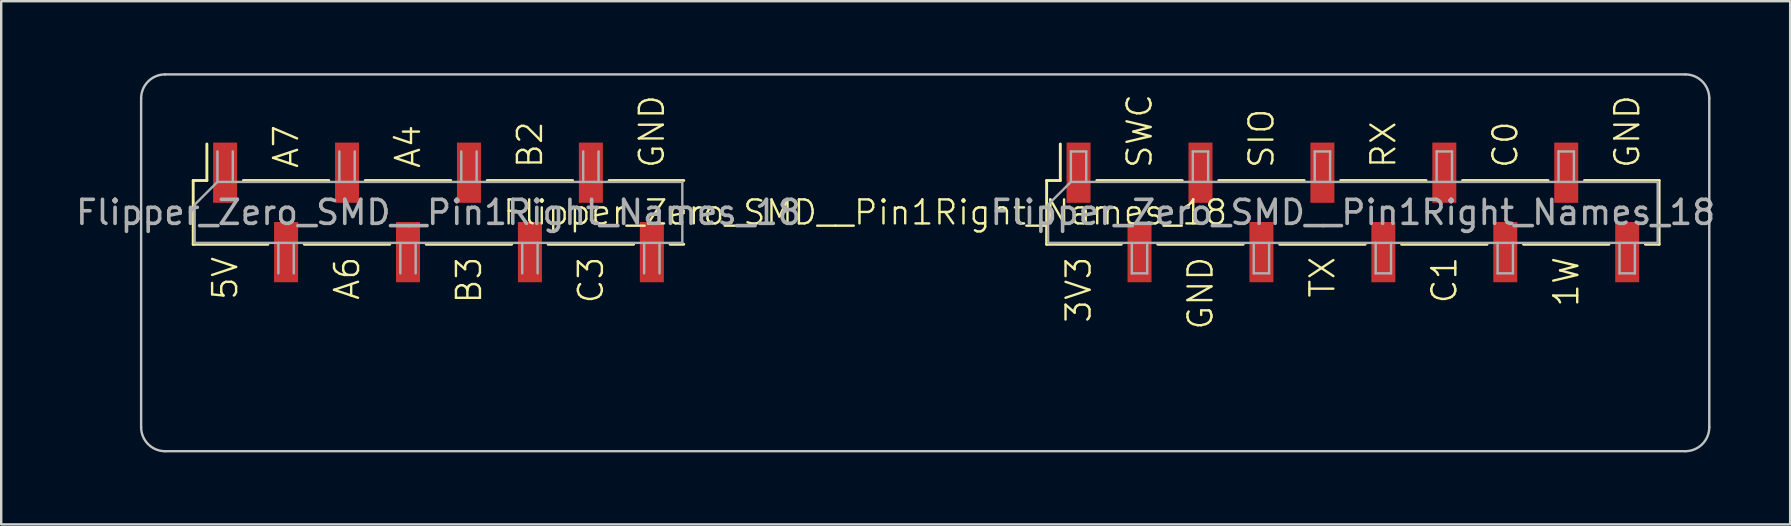
<source format=kicad_pcb>
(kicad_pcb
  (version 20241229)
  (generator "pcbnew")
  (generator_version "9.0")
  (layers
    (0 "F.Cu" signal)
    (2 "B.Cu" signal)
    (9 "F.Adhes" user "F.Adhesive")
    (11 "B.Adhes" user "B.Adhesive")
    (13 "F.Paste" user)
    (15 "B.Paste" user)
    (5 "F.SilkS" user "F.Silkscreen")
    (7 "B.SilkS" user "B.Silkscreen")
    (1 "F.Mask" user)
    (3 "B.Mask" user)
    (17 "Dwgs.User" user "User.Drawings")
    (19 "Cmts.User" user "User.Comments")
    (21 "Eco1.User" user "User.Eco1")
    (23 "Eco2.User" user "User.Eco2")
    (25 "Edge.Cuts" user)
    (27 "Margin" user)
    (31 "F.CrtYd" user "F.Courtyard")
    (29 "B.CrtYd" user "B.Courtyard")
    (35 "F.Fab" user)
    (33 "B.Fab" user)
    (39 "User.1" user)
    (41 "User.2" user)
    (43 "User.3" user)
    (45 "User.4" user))
  (footprint "Flipper_Zero_SMD__Pin1Right_Names_18"
    (layer "F.Cu")
    (at 6.33 5.8)
    (property "Reference" "Flipper_Zero_SMD__Pin1Right_Names_18" (at 26.67 0 0) (unlocked yes) (layer "F.SilkS") (effects (font (size 1 1) (thickness 0.1))))
    (attr smd)
    (fp_line (start -1.33 -1.33) (end -0.76 -1.33) (stroke (width 0.12) (type solid)) (layer "F.SilkS"))
    (fp_line (start -1.33 1.33) (end -1.33 -1.33) (stroke (width 0.12) (type solid)) (layer "F.SilkS"))
    (fp_line (start -1.33 1.33) (end 1.78 1.33) (stroke (width 0.12) (type solid)) (layer "F.SilkS"))
    (fp_line (start -0.76 -1.33) (end -0.76 -2.85) (stroke (width 0.12) (type solid)) (layer "F.SilkS"))
    (fp_line (start 0.76 -1.33) (end 4.32 -1.33) (stroke (width 0.12) (type solid)) (layer "F.SilkS"))
    (fp_line (start 3.3 1.33) (end 6.86 1.33) (stroke (width 0.12) (type solid)) (layer "F.SilkS"))
    (fp_line (start 5.84 -1.33) (end 9.4 -1.33) (stroke (width 0.12) (type solid)) (layer "F.SilkS"))
    (fp_line (start 8.38 1.33) (end 11.94 1.33) (stroke (width 0.12) (type solid)) (layer "F.SilkS"))
    (fp_line (start 10.92 -1.33) (end 14.48 -1.33) (stroke (width 0.12) (type solid)) (layer "F.SilkS"))
    (fp_line (start 13.46 1.33) (end 17.02 1.33) (stroke (width 0.12) (type solid)) (layer "F.SilkS"))
    (fp_line (start 16 -1.33) (end 19.11 -1.33) (stroke (width 0.12) (type solid)) (layer "F.SilkS"))
    (fp_line (start 18.54 1.33) (end 19.11 1.33) (stroke (width 0.12) (type solid)) (layer "F.SilkS"))
    (fp_line (start 34.23 -1.33) (end 34.8 -1.33) (stroke (width 0.12) (type solid)) (layer "F.SilkS"))
    (fp_line (start 34.23 1.33) (end 34.23 -1.33) (stroke (width 0.12) (type solid)) (layer "F.SilkS"))
    (fp_line (start 34.23 1.33) (end 37.34 1.33) (stroke (width 0.12) (type solid)) (layer "F.SilkS"))
    (fp_line (start 34.8 -1.33) (end 34.8 -2.85) (stroke (width 0.12) (type solid)) (layer "F.SilkS"))
    (fp_line (start 36.32 -1.33) (end 39.88 -1.33) (stroke (width 0.12) (type solid)) (layer "F.SilkS"))
    (fp_line (start 38.86 1.33) (end 42.42 1.33) (stroke (width 0.12) (type solid)) (layer "F.SilkS"))
    (fp_line (start 41.4 -1.33) (end 44.96 -1.33) (stroke (width 0.12) (type solid)) (layer "F.SilkS"))
    (fp_line (start 43.94 1.33) (end 47.5 1.33) (stroke (width 0.12) (type solid)) (layer "F.SilkS"))
    (fp_line (start 46.48 -1.33) (end 50.04 -1.33) (stroke (width 0.12) (type solid)) (layer "F.SilkS"))
    (fp_line (start 49.02 1.33) (end 52.58 1.33) (stroke (width 0.12) (type solid)) (layer "F.SilkS"))
    (fp_line (start 51.56 -1.33) (end 55.12 -1.33) (stroke (width 0.12) (type solid)) (layer "F.SilkS"))
    (fp_line (start 54.1 1.33) (end 57.66 1.33) (stroke (width 0.12) (type solid)) (layer "F.SilkS"))
    (fp_line (start 56.64 -1.33) (end 59.75 -1.33) (stroke (width 0.12) (type solid)) (layer "F.SilkS"))
    (fp_line (start 59.18 1.33) (end 59.75 1.33) (stroke (width 0.12) (type solid)) (layer "F.SilkS"))
    (fp_line (start 59.75 1.33) (end 59.75 -1.33) (stroke (width 0.12) (type solid)) (layer "F.SilkS"))
    (fp_line (start -3.5 8.95) (end -3.5 -4.75) (stroke (width 0.1) (type default)) (layer "Dwgs.User"))
    (fp_line (start -2.5 -5.75) (end 60.84 -5.75) (stroke (width 0.1) (type default)) (layer "Dwgs.User"))
    (fp_line (start -2.5 9.95) (end 60.84 9.95) (stroke (width 0.1) (type default)) (layer "Dwgs.User"))
    (fp_line (start 61.84 8.95) (end 61.84 -4.75) (stroke (width 0.1) (type default)) (layer "Dwgs.User"))
    (fp_arc (start -3.5 -4.75) (mid -3.207107 -5.457106) (end -2.5 -5.75) (stroke (width 0.1) (type default)) (layer "Dwgs.User"))
    (fp_arc (start -2.5 9.95) (mid -3.207106 9.657107) (end -3.5 8.95) (stroke (width 0.1) (type default)) (layer "Dwgs.User"))
    (fp_arc (start 60.84 -5.75) (mid 61.547106 -5.457107) (end 61.84 -4.75) (stroke (width 0.1) (type default)) (layer "Dwgs.User"))
    (fp_arc (start 61.84 8.95) (mid 61.547107 9.657106) (end 60.84 9.95) (stroke (width 0.1) (type default)) (layer "Dwgs.User"))
    (fp_line (start -1.27 1.27) (end -1.27 -0.32) (stroke (width 0.1) (type solid)) (layer "F.Fab"))
    (fp_line (start -1.27 1.27) (end 19.05 1.27) (stroke (width 0.1) (type solid)) (layer "F.Fab"))
    (fp_line (start -0.32 -1.27) (end -1.27 -0.32) (stroke (width 0.1) (type solid)) (layer "F.Fab"))
    (fp_line (start -0.32 -1.27) (end -0.32 -2.54) (stroke (width 0.1) (type solid)) (layer "F.Fab"))
    (fp_line (start 0.32 -2.54) (end 0.32 -1.27) (stroke (width 0.1) (type solid)) (layer "F.Fab"))
    (fp_line (start 2.22 1.27) (end 2.22 2.54) (stroke (width 0.1) (type solid)) (layer "F.Fab"))
    (fp_line (start 2.86 2.54) (end 2.86 1.27) (stroke (width 0.1) (type solid)) (layer "F.Fab"))
    (fp_line (start 4.76 -1.27) (end 4.76 -2.54) (stroke (width 0.1) (type solid)) (layer "F.Fab"))
    (fp_line (start 5.4 -2.54) (end 5.4 -1.27) (stroke (width 0.1) (type solid)) (layer "F.Fab"))
    (fp_line (start 7.3 1.27) (end 7.3 2.54) (stroke (width 0.1) (type solid)) (layer "F.Fab"))
    (fp_line (start 7.94 2.54) (end 7.94 1.27) (stroke (width 0.1) (type solid)) (layer "F.Fab"))
    (fp_line (start 9.84 -1.27) (end 9.84 -2.54) (stroke (width 0.1) (type solid)) (layer "F.Fab"))
    (fp_line (start 10.48 -2.54) (end 10.48 -1.27) (stroke (width 0.1) (type solid)) (layer "F.Fab"))
    (fp_line (start 12.38 1.27) (end 12.38 2.54) (stroke (width 0.1) (type solid)) (layer "F.Fab"))
    (fp_line (start 13.02 2.54) (end 13.02 1.27) (stroke (width 0.1) (type solid)) (layer "F.Fab"))
    (fp_line (start 14.92 -1.27) (end 14.92 -2.54) (stroke (width 0.1) (type solid)) (layer "F.Fab"))
    (fp_line (start 15.56 -2.54) (end 15.56 -1.27) (stroke (width 0.1) (type solid)) (layer "F.Fab"))
    (fp_line (start 17.46 1.27) (end 17.46 2.54) (stroke (width 0.1) (type solid)) (layer "F.Fab"))
    (fp_line (start 18.1 2.54) (end 18.1 1.27) (stroke (width 0.1) (type solid)) (layer "F.Fab"))
    (fp_line (start 19.05 -1.27) (end -0.32 -1.27) (stroke (width 0.1) (type solid)) (layer "F.Fab"))
    (fp_line (start 19.05 -1.27) (end 19.05 1.27) (stroke (width 0.1) (type solid)) (layer "F.Fab"))
    (fp_line (start 34.29 1.27) (end 34.29 -0.32) (stroke (width 0.1) (type solid)) (layer "F.Fab"))
    (fp_line (start 34.29 1.27) (end 59.69 1.27) (stroke (width 0.1) (type solid)) (layer "F.Fab"))
    (fp_line (start 35.24 -2.54) (end 35.88 -2.54) (stroke (width 0.1) (type solid)) (layer "F.Fab"))
    (fp_line (start 35.24 -1.27) (end 34.29 -0.32) (stroke (width 0.1) (type solid)) (layer "F.Fab"))
    (fp_line (start 35.24 -1.27) (end 35.24 -2.54) (stroke (width 0.1) (type solid)) (layer "F.Fab"))
    (fp_line (start 35.88 -2.54) (end 35.88 -1.27) (stroke (width 0.1) (type solid)) (layer "F.Fab"))
    (fp_line (start 37.78 1.27) (end 37.78 2.54) (stroke (width 0.1) (type solid)) (layer "F.Fab"))
    (fp_line (start 37.78 2.54) (end 38.42 2.54) (stroke (width 0.1) (type solid)) (layer "F.Fab"))
    (fp_line (start 38.42 2.54) (end 38.42 1.27) (stroke (width 0.1) (type solid)) (layer "F.Fab"))
    (fp_line (start 40.32 -2.54) (end 40.96 -2.54) (stroke (width 0.1) (type solid)) (layer "F.Fab"))
    (fp_line (start 40.32 -1.27) (end 40.32 -2.54) (stroke (width 0.1) (type solid)) (layer "F.Fab"))
    (fp_line (start 40.96 -2.54) (end 40.96 -1.27) (stroke (width 0.1) (type solid)) (layer "F.Fab"))
    (fp_line (start 42.86 1.27) (end 42.86 2.54) (stroke (width 0.1) (type solid)) (layer "F.Fab"))
    (fp_line (start 42.86 2.54) (end 43.5 2.54) (stroke (width 0.1) (type solid)) (layer "F.Fab"))
    (fp_line (start 43.5 2.54) (end 43.5 1.27) (stroke (width 0.1) (type solid)) (layer "F.Fab"))
    (fp_line (start 45.4 -2.54) (end 46.04 -2.54) (stroke (width 0.1) (type solid)) (layer "F.Fab"))
    (fp_line (start 45.4 -1.27) (end 45.4 -2.54) (stroke (width 0.1) (type solid)) (layer "F.Fab"))
    (fp_line (start 46.04 -2.54) (end 46.04 -1.27) (stroke (width 0.1) (type solid)) (layer "F.Fab"))
    (fp_line (start 47.94 1.27) (end 47.94 2.54) (stroke (width 0.1) (type solid)) (layer "F.Fab"))
    (fp_line (start 47.94 2.54) (end 48.58 2.54) (stroke (width 0.1) (type solid)) (layer "F.Fab"))
    (fp_line (start 48.58 2.54) (end 48.58 1.27) (stroke (width 0.1) (type solid)) (layer "F.Fab"))
    (fp_line (start 50.48 -2.54) (end 51.12 -2.54) (stroke (width 0.1) (type solid)) (layer "F.Fab"))
    (fp_line (start 50.48 -1.27) (end 50.48 -2.54) (stroke (width 0.1) (type solid)) (layer "F.Fab"))
    (fp_line (start 51.12 -2.54) (end 51.12 -1.27) (stroke (width 0.1) (type solid)) (layer "F.Fab"))
    (fp_line (start 53.02 1.27) (end 53.02 2.54) (stroke (width 0.1) (type solid)) (layer "F.Fab"))
    (fp_line (start 53.02 2.54) (end 53.66 2.54) (stroke (width 0.1) (type solid)) (layer "F.Fab"))
    (fp_line (start 53.66 2.54) (end 53.66 1.27) (stroke (width 0.1) (type solid)) (layer "F.Fab"))
    (fp_line (start 55.56 -2.54) (end 56.2 -2.54) (stroke (width 0.1) (type solid)) (layer "F.Fab"))
    (fp_line (start 55.56 -1.27) (end 55.56 -2.54) (stroke (width 0.1) (type solid)) (layer "F.Fab"))
    (fp_line (start 56.2 -2.54) (end 56.2 -1.27) (stroke (width 0.1) (type solid)) (layer "F.Fab"))
    (fp_line (start 58.1 1.27) (end 58.1 2.54) (stroke (width 0.1) (type solid)) (layer "F.Fab"))
    (fp_line (start 58.1 2.54) (end 58.74 2.54) (stroke (width 0.1) (type solid)) (layer "F.Fab"))
    (fp_line (start 58.74 2.54) (end 58.74 1.27) (stroke (width 0.1) (type solid)) (layer "F.Fab"))
    (fp_line (start 59.69 -1.27) (end 35.24 -1.27) (stroke (width 0.1) (type solid)) (layer "F.Fab"))
    (fp_line (start 59.69 -1.27) (end 59.69 1.27) (stroke (width 0.1) (type solid)) (layer "F.Fab"))
    (fp_text user "GND" (at 40.64 1.778 90) (unlocked yes) (layer "F.SilkS") (effects (font (size 1 1) (thickness 0.1)) (justify right)))
    (fp_text user "SWC" (at 38.1 -1.778 90) (unlocked yes) (layer "F.SilkS") (effects (font (size 1 1) (thickness 0.1)) (justify left)))
    (fp_text user "C3" (at 15.24 1.778 90) (unlocked yes) (layer "F.SilkS") (effects (font (size 1 1) (thickness 0.1)) (justify right)))
    (fp_text user "A7" (at 2.54 -1.778 90) (unlocked yes) (layer "F.SilkS") (effects (font (size 1 1) (thickness 0.1)) (justify left)))
    (fp_text user "RX" (at 48.26 -1.778 90) (unlocked yes) (layer "F.SilkS") (effects (font (size 1 1) (thickness 0.1)) (justify left)))
    (fp_text user "GND" (at 17.78 -1.778 90) (unlocked yes) (layer "F.SilkS") (effects (font (size 1 1) (thickness 0.1)) (justify left)))
    (fp_text user "5V" (at 0 1.778 90) (unlocked yes) (layer "F.SilkS") (effects (font (size 1 1) (thickness 0.1)) (justify right)))
    (fp_text user "A4" (at 7.62 -1.778 90) (unlocked yes) (layer "F.SilkS") (effects (font (size 1 1) (thickness 0.1)) (justify left)))
    (fp_text user "B3" (at 10.16 1.778 90) (unlocked yes) (layer "F.SilkS") (effects (font (size 1 1) (thickness 0.1)) (justify right)))
    (fp_text user "C0" (at 53.34 -1.778 90) (unlocked yes) (layer "F.SilkS") (effects (font (size 1 1) (thickness 0.1)) (justify left)))
    (fp_text user "C1" (at 50.8 1.778 90) (unlocked yes) (layer "F.SilkS") (effects (font (size 1 1) (thickness 0.1)) (justify right)))
    (fp_text user "B2" (at 12.7 -1.778 90) (unlocked yes) (layer "F.SilkS") (effects (font (size 1 1) (thickness 0.1)) (justify left)))
    (fp_text user "GND" (at 58.42 -1.778 90) (unlocked yes) (layer "F.SilkS") (effects (font (size 1 1) (thickness 0.1)) (justify left)))
    (fp_text user "SIO" (at 43.18 -1.778 90) (unlocked yes) (layer "F.SilkS") (effects (font (size 1 1) (thickness 0.1)) (justify left)))
    (fp_text user "TX" (at 45.72 1.778 90) (unlocked yes) (layer "F.SilkS") (effects (font (size 1 1) (thickness 0.1)) (justify right)))
    (fp_text user "3V3" (at 35.56 1.778 90) (unlocked yes) (layer "F.SilkS") (effects (font (size 1 1) (thickness 0.1)) (justify right)))
    (fp_text user "A6" (at 5.08 1.778 90) (unlocked yes) (layer "F.SilkS") (effects (font (size 1 1) (thickness 0.1)) (justify right)))
    (fp_text user "1W" (at 55.88 1.778 90) (unlocked yes) (layer "F.SilkS") (effects (font (size 1 1) (thickness 0.1)) (justify right)))
    (fp_text user "${REFERENCE}" (at 46.99 0 180) (layer "F.Fab") (effects (font (size 1 1) (thickness 0.15))))
    (fp_text user "${REFERENCE}" (at 8.89 0 180) (layer "F.Fab") (effects (font (size 1 1) (thickness 0.15))))
    (pad "1" smd rect (at 0 -1.655 90) (size 2.51 1) (layers "F.Cu" "F.Mask" "F.Paste"))
    (pad "2" smd rect (at 2.54 1.655 90) (size 2.51 1) (layers "F.Cu" "F.Mask" "F.Paste"))
    (pad "3" smd rect (at 5.08 -1.655 90) (size 2.51 1) (layers "F.Cu" "F.Mask" "F.Paste"))
    (pad "4" smd rect (at 7.62 1.655 90) (size 2.51 1) (layers "F.Cu" "F.Mask" "F.Paste"))
    (pad "5" smd rect (at 10.16 -1.655 90) (size 2.51 1) (layers "F.Cu" "F.Mask" "F.Paste"))
    (pad "6" smd rect (at 12.7 1.655 90) (size 2.51 1) (layers "F.Cu" "F.Mask" "F.Paste"))
    (pad "7" smd rect (at 15.24 -1.655 90) (size 2.51 1) (layers "F.Cu" "F.Mask" "F.Paste"))
    (pad "8" smd rect (at 17.78 1.655 90) (size 2.51 1) (layers "F.Cu" "F.Mask" "F.Paste"))
    (pad "9" smd rect (at 35.56 -1.655 90) (size 2.51 1) (layers "F.Cu" "F.Mask" "F.Paste"))
    (pad "10" smd rect (at 38.1 1.655 90) (size 2.51 1) (layers "F.Cu" "F.Mask" "F.Paste"))
    (pad "11" smd rect (at 40.64 -1.655 90) (size 2.51 1) (layers "F.Cu" "F.Mask" "F.Paste"))
    (pad "12" smd rect (at 43.18 1.655 90) (size 2.51 1) (layers "F.Cu" "F.Mask" "F.Paste"))
    (pad "13" smd rect (at 45.72 -1.655 90) (size 2.51 1) (layers "F.Cu" "F.Mask" "F.Paste"))
    (pad "14" smd rect (at 48.26 1.655 90) (size 2.51 1) (layers "F.Cu" "F.Mask" "F.Paste"))
    (pad "15" smd rect (at 50.8 -1.655 90) (size 2.51 1) (layers "F.Cu" "F.Mask" "F.Paste"))
    (pad "16" smd rect (at 53.34 1.655 90) (size 2.51 1) (layers "F.Cu" "F.Mask" "F.Paste"))
    (pad "17" smd rect (at 55.88 -1.655 90) (size 2.51 1) (layers "F.Cu" "F.Mask" "F.Paste"))
    (pad "18" smd rect (at 58.42 1.655 90) (size 2.51 1) (layers "F.Cu" "F.Mask" "F.Paste")))
  (gr_rect
    (start -3 -3)
    (end 71.54 18.8)
    (stroke (width 0.1) (type default))
    (fill no)
    (layer "Edge.Cuts")))
</source>
